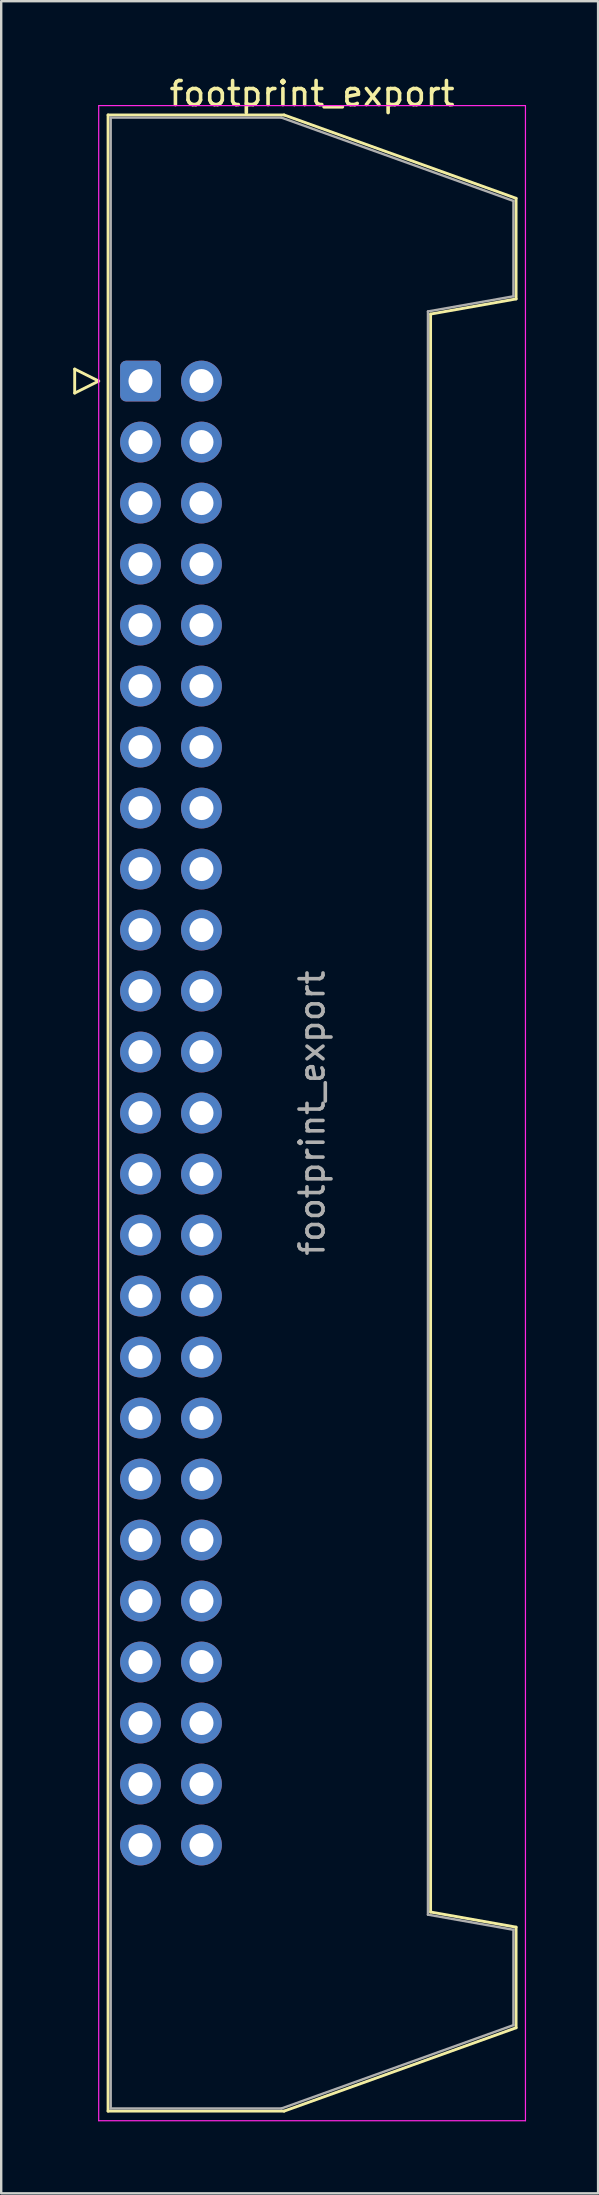
<source format=kicad_pcb>
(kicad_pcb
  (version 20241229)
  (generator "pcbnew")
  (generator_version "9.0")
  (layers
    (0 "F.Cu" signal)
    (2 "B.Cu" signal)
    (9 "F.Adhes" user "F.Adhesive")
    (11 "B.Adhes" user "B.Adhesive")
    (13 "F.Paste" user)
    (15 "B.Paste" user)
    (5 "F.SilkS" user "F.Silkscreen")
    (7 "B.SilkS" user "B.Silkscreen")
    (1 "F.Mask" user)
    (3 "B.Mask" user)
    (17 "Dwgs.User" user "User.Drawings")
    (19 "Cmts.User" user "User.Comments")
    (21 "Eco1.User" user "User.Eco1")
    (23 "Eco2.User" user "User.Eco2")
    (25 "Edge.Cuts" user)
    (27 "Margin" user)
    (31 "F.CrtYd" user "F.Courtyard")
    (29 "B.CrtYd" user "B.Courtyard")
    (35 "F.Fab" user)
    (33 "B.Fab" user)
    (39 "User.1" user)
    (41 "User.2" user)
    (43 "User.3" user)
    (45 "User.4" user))
  (footprint "footprint_export"
    (layer "F.Cu")
    (at 2.8 12.818)
    (property "Reference" "footprint_export" (at 7.145 -11.97 0) (layer "F.SilkS") (effects (font (size 1 1) (thickness 0.15))))
    (attr through_hole)
    (fp_line (start -2.74 -0.5) (end -2.74 0.5) (stroke (width 0.12) (type solid)) (layer "F.SilkS"))
    (fp_line (start -2.74 0.5) (end -1.74 0) (stroke (width 0.12) (type solid)) (layer "F.SilkS"))
    (fp_line (start -1.74 0) (end -2.74 -0.5) (stroke (width 0.12) (type solid)) (layer "F.SilkS"))
    (fp_line (start -1.35 -11.08) (end 5.98 -11.08) (stroke (width 0.12) (type solid)) (layer "F.SilkS"))
    (fp_line (start -1.35 72.04) (end -1.35 -11.08) (stroke (width 0.12) (type solid)) (layer "F.SilkS"))
    (fp_line (start 5.98 -11.08) (end 15.64 -7.61) (stroke (width 0.12) (type solid)) (layer "F.SilkS"))
    (fp_line (start 5.98 72.04) (end -1.35 72.04) (stroke (width 0.12) (type solid)) (layer "F.SilkS"))
    (fp_line (start 12.08 -2.79) (end 12.08 63.75) (stroke (width 0.12) (type solid)) (layer "F.SilkS"))
    (fp_line (start 12.08 63.75) (end 15.64 64.38) (stroke (width 0.12) (type solid)) (layer "F.SilkS"))
    (fp_line (start 15.64 -7.61) (end 15.64 -3.42) (stroke (width 0.12) (type solid)) (layer "F.SilkS"))
    (fp_line (start 15.64 -3.42) (end 12.08 -2.79) (stroke (width 0.12) (type solid)) (layer "F.SilkS"))
    (fp_line (start 15.64 64.38) (end 15.64 68.57) (stroke (width 0.12) (type solid)) (layer "F.SilkS"))
    (fp_line (start 15.64 68.57) (end 5.98 72.04) (stroke (width 0.12) (type solid)) (layer "F.SilkS"))
    (fp_line (start -1.74 -11.47) (end -1.74 72.44) (stroke (width 0.05) (type solid)) (layer "F.CrtYd"))
    (fp_line (start -1.74 72.44) (end 16.03 72.44) (stroke (width 0.05) (type solid)) (layer "F.CrtYd"))
    (fp_line (start 16.03 -11.47) (end -1.74 -11.47) (stroke (width 0.05) (type solid)) (layer "F.CrtYd"))
    (fp_line (start 16.03 72.44) (end 16.03 -11.47) (stroke (width 0.05) (type solid)) (layer "F.CrtYd"))
    (fp_line (start -1.24 -10.97) (end 5.87 -10.97) (stroke (width 0.1) (type solid)) (layer "F.Fab"))
    (fp_line (start -1.24 71.93) (end -1.24 -10.97) (stroke (width 0.1) (type solid)) (layer "F.Fab"))
    (fp_line (start 5.87 -10.97) (end 15.53 -7.5) (stroke (width 0.1) (type solid)) (layer "F.Fab"))
    (fp_line (start 5.87 71.93) (end -1.24 71.93) (stroke (width 0.1) (type solid)) (layer "F.Fab"))
    (fp_line (start 11.97 -2.9) (end 11.97 63.86) (stroke (width 0.1) (type solid)) (layer "F.Fab"))
    (fp_line (start 11.97 63.86) (end 15.53 64.49) (stroke (width 0.1) (type solid)) (layer "F.Fab"))
    (fp_line (start 15.53 -7.5) (end 15.53 -3.53) (stroke (width 0.1) (type solid)) (layer "F.Fab"))
    (fp_line (start 15.53 -3.53) (end 11.97 -2.9) (stroke (width 0.1) (type solid)) (layer "F.Fab"))
    (fp_line (start 15.53 64.49) (end 15.53 68.46) (stroke (width 0.1) (type solid)) (layer "F.Fab"))
    (fp_line (start 15.53 68.46) (end 5.87 71.93) (stroke (width 0.1) (type solid)) (layer "F.Fab"))
    (fp_text user "${REFERENCE}" (at 7.145 30.48 90) (layer "F.Fab") (effects (font (size 1 1) (thickness 0.15))))
    (pad "1" thru_hole roundrect (at 0 0) (size 1.7 1.7) (drill 1) (layers "*.Cu" "*.Mask") (roundrect_rratio 0.147))
    (pad "2" thru_hole circle (at 2.54 0) (size 1.7 1.7) (drill 1) (layers "*.Cu" "*.Mask"))
    (pad "3" thru_hole circle (at 0 2.54) (size 1.7 1.7) (drill 1) (layers "*.Cu" "*.Mask"))
    (pad "4" thru_hole circle (at 2.54 2.54) (size 1.7 1.7) (drill 1) (layers "*.Cu" "*.Mask"))
    (pad "5" thru_hole circle (at 0 5.08) (size 1.7 1.7) (drill 1) (layers "*.Cu" "*.Mask"))
    (pad "6" thru_hole circle (at 2.54 5.08) (size 1.7 1.7) (drill 1) (layers "*.Cu" "*.Mask"))
    (pad "7" thru_hole circle (at 0 7.62) (size 1.7 1.7) (drill 1) (layers "*.Cu" "*.Mask"))
    (pad "8" thru_hole circle (at 2.54 7.62) (size 1.7 1.7) (drill 1) (layers "*.Cu" "*.Mask"))
    (pad "9" thru_hole circle (at 0 10.16) (size 1.7 1.7) (drill 1) (layers "*.Cu" "*.Mask"))
    (pad "10" thru_hole circle (at 2.54 10.16) (size 1.7 1.7) (drill 1) (layers "*.Cu" "*.Mask"))
    (pad "11" thru_hole circle (at 0 12.7) (size 1.7 1.7) (drill 1) (layers "*.Cu" "*.Mask"))
    (pad "12" thru_hole circle (at 2.54 12.7) (size 1.7 1.7) (drill 1) (layers "*.Cu" "*.Mask"))
    (pad "13" thru_hole circle (at 0 15.24) (size 1.7 1.7) (drill 1) (layers "*.Cu" "*.Mask"))
    (pad "14" thru_hole circle (at 2.54 15.24) (size 1.7 1.7) (drill 1) (layers "*.Cu" "*.Mask"))
    (pad "15" thru_hole circle (at 0 17.78) (size 1.7 1.7) (drill 1) (layers "*.Cu" "*.Mask"))
    (pad "16" thru_hole circle (at 2.54 17.78) (size 1.7 1.7) (drill 1) (layers "*.Cu" "*.Mask"))
    (pad "17" thru_hole circle (at 0 20.32) (size 1.7 1.7) (drill 1) (layers "*.Cu" "*.Mask"))
    (pad "18" thru_hole circle (at 2.54 20.32) (size 1.7 1.7) (drill 1) (layers "*.Cu" "*.Mask"))
    (pad "19" thru_hole circle (at 0 22.86) (size 1.7 1.7) (drill 1) (layers "*.Cu" "*.Mask"))
    (pad "20" thru_hole circle (at 2.54 22.86) (size 1.7 1.7) (drill 1) (layers "*.Cu" "*.Mask"))
    (pad "21" thru_hole circle (at 0 25.4) (size 1.7 1.7) (drill 1) (layers "*.Cu" "*.Mask"))
    (pad "22" thru_hole circle (at 2.54 25.4) (size 1.7 1.7) (drill 1) (layers "*.Cu" "*.Mask"))
    (pad "23" thru_hole circle (at 0 27.94) (size 1.7 1.7) (drill 1) (layers "*.Cu" "*.Mask"))
    (pad "24" thru_hole circle (at 2.54 27.94) (size 1.7 1.7) (drill 1) (layers "*.Cu" "*.Mask"))
    (pad "25" thru_hole circle (at 0 30.48) (size 1.7 1.7) (drill 1) (layers "*.Cu" "*.Mask"))
    (pad "26" thru_hole circle (at 2.54 30.48) (size 1.7 1.7) (drill 1) (layers "*.Cu" "*.Mask"))
    (pad "27" thru_hole circle (at 0 33.02) (size 1.7 1.7) (drill 1) (layers "*.Cu" "*.Mask"))
    (pad "28" thru_hole circle (at 2.54 33.02) (size 1.7 1.7) (drill 1) (layers "*.Cu" "*.Mask"))
    (pad "29" thru_hole circle (at 0 35.56) (size 1.7 1.7) (drill 1) (layers "*.Cu" "*.Mask"))
    (pad "30" thru_hole circle (at 2.54 35.56) (size 1.7 1.7) (drill 1) (layers "*.Cu" "*.Mask"))
    (pad "31" thru_hole circle (at 0 38.1) (size 1.7 1.7) (drill 1) (layers "*.Cu" "*.Mask"))
    (pad "32" thru_hole circle (at 2.54 38.1) (size 1.7 1.7) (drill 1) (layers "*.Cu" "*.Mask"))
    (pad "33" thru_hole circle (at 0 40.64) (size 1.7 1.7) (drill 1) (layers "*.Cu" "*.Mask"))
    (pad "34" thru_hole circle (at 2.54 40.64) (size 1.7 1.7) (drill 1) (layers "*.Cu" "*.Mask"))
    (pad "35" thru_hole circle (at 0 43.18) (size 1.7 1.7) (drill 1) (layers "*.Cu" "*.Mask"))
    (pad "36" thru_hole circle (at 2.54 43.18) (size 1.7 1.7) (drill 1) (layers "*.Cu" "*.Mask"))
    (pad "37" thru_hole circle (at 0 45.72) (size 1.7 1.7) (drill 1) (layers "*.Cu" "*.Mask"))
    (pad "38" thru_hole circle (at 2.54 45.72) (size 1.7 1.7) (drill 1) (layers "*.Cu" "*.Mask"))
    (pad "39" thru_hole circle (at 0 48.26) (size 1.7 1.7) (drill 1) (layers "*.Cu" "*.Mask"))
    (pad "40" thru_hole circle (at 2.54 48.26) (size 1.7 1.7) (drill 1) (layers "*.Cu" "*.Mask"))
    (pad "41" thru_hole circle (at 0 50.8) (size 1.7 1.7) (drill 1) (layers "*.Cu" "*.Mask"))
    (pad "42" thru_hole circle (at 2.54 50.8) (size 1.7 1.7) (drill 1) (layers "*.Cu" "*.Mask"))
    (pad "43" thru_hole circle (at 0 53.34) (size 1.7 1.7) (drill 1) (layers "*.Cu" "*.Mask"))
    (pad "44" thru_hole circle (at 2.54 53.34) (size 1.7 1.7) (drill 1) (layers "*.Cu" "*.Mask"))
    (pad "45" thru_hole circle (at 0 55.88) (size 1.7 1.7) (drill 1) (layers "*.Cu" "*.Mask"))
    (pad "46" thru_hole circle (at 2.54 55.88) (size 1.7 1.7) (drill 1) (layers "*.Cu" "*.Mask"))
    (pad "47" thru_hole circle (at 0 58.42) (size 1.7 1.7) (drill 1) (layers "*.Cu" "*.Mask"))
    (pad "48" thru_hole circle (at 2.54 58.42) (size 1.7 1.7) (drill 1) (layers "*.Cu" "*.Mask"))
    (pad "49" thru_hole circle (at 0 60.96) (size 1.7 1.7) (drill 1) (layers "*.Cu" "*.Mask"))
    (pad "50" thru_hole circle (at 2.54 60.96) (size 1.7 1.7) (drill 1) (layers "*.Cu" "*.Mask")))
  (gr_rect
    (start -3 -3)
    (end 21.855 88.283)
    (stroke (width 0.1) (type default))
    (fill no)
    (layer "Edge.Cuts")))
</source>
